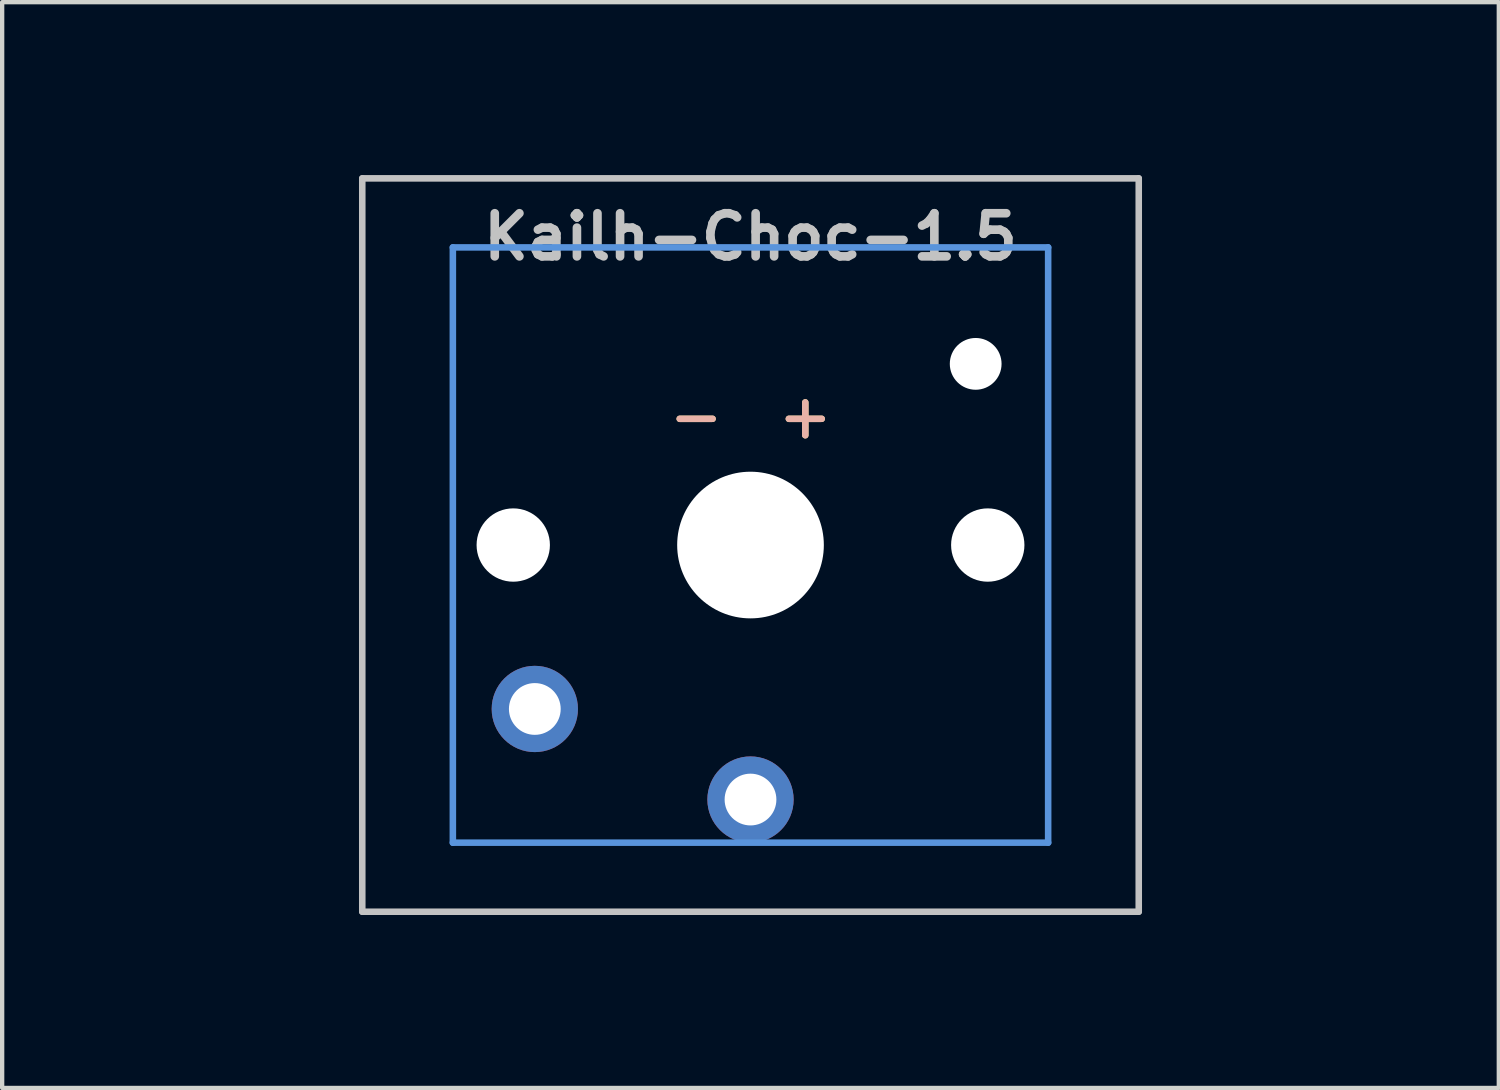
<source format=kicad_pcb>
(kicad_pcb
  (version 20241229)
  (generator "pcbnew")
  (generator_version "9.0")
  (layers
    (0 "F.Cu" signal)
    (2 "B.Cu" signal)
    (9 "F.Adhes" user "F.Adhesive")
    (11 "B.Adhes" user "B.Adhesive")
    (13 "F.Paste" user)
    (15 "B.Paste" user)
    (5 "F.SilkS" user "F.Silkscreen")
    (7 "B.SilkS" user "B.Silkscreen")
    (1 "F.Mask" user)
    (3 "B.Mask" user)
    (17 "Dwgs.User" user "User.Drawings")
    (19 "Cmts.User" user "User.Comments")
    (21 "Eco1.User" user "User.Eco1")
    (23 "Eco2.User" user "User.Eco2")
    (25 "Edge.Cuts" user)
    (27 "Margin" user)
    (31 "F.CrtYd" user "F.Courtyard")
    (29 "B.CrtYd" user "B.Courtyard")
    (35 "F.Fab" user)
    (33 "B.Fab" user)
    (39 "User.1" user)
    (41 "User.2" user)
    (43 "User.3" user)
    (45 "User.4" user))
  (footprint "Kailh-Choc-1.5"
    (layer "F.Cu")
    (at 14.348 9.585)
    (property "Reference" "Kailh-Choc-1.5" (at 0 -7.144 180) (layer "Dwgs.User") (effects (font (size 1 1) (thickness 0.2))))
    (attr through_hole)
    (fp_line (start -9 -8.5) (end 9 -8.5) (stroke (width 0.152) (type solid)) (layer "Dwgs.User"))
    (fp_line (start -9 8.5) (end -9 -8.5) (stroke (width 0.152) (type solid)) (layer "Dwgs.User"))
    (fp_line (start 9 -8.5) (end 9 8.5) (stroke (width 0.152) (type solid)) (layer "Dwgs.User"))
    (fp_line (start 9 8.5) (end -9 8.5) (stroke (width 0.152) (type solid)) (layer "Dwgs.User"))
    (fp_line (start -6.9 -6.9) (end 6.9 -6.9) (stroke (width 0.152) (type solid)) (layer "Cmts.User"))
    (fp_line (start -6.9 6.9) (end -6.9 -6.9) (stroke (width 0.152) (type solid)) (layer "Cmts.User"))
    (fp_line (start 6.9 -6.9) (end 6.9 6.9) (stroke (width 0.152) (type solid)) (layer "Cmts.User"))
    (fp_line (start 6.9 6.9) (end -6.9 6.9) (stroke (width 0.152) (type solid)) (layer "Cmts.User"))
    (fp_line (start -14.287 -9.525) (end -14.287 9.525) (stroke (width 0.12) (type solid)) (layer "Eco1.User"))
    (fp_line (start -14.287 -9.525) (end 14.287 -9.525) (stroke (width 0.12) (type solid)) (layer "Eco1.User"))
    (fp_line (start -14.287 9.525) (end 14.287 9.525) (stroke (width 0.12) (type solid)) (layer "Eco1.User"))
    (fp_line (start 14.287 -9.525) (end 14.287 9.525) (stroke (width 0.12) (type solid)) (layer "Eco1.User"))
    (fp_line (start -7.5 -7.5) (end 7.5 -7.5) (stroke (width 0.152) (type solid)) (layer "Eco2.User"))
    (fp_line (start -7.5 7.5) (end -7.5 -7.5) (stroke (width 0.152) (type solid)) (layer "Eco2.User"))
    (fp_line (start 7.5 -7.5) (end 7.5 7.5) (stroke (width 0.152) (type solid)) (layer "Eco2.User"))
    (fp_line (start 7.5 7.5) (end -7.5 7.5) (stroke (width 0.152) (type solid)) (layer "Eco2.User"))
    (fp_text user "+" (at 1.27 -3 180) (layer "F.SilkS") (effects (font (size 1 1) (thickness 0.15))))
    (fp_text user "-" (at -1.26 -3 180) (layer "F.SilkS") (effects (font (size 1 1) (thickness 0.15))))
    (fp_text user "-" (at -1.26 -3 180) (layer "B.SilkS") (effects (font (size 1 1) (thickness 0.15)) (justify mirror)))
    (fp_text user "+" (at 1.27 -3 180) (layer "B.SilkS") (effects (font (size 1 1) (thickness 0.15)) (justify mirror)))
    (pad "" np_thru_hole circle (at -5.5 0 180) (size 1.7 1.7) (drill 1.7) (layers "*.Cu" "*.Mask"))
    (pad "" np_thru_hole circle (at 0 0 180) (size 3.4 3.4) (drill 3.4) (layers "*.Cu" "*.Mask"))
    (pad "" np_thru_hole circle (at 5.22 -4.2 180) (size 1.2 1.2) (drill 1.2) (layers "*.Cu" "*.Mask"))
    (pad "" np_thru_hole circle (at 5.5 0 180) (size 1.7 1.7) (drill 1.7) (layers "*.Cu" "*.Mask"))
    (pad "1" thru_hole circle (at 0 5.9 180) (size 2 2) (drill 1.2) (layers "*.Cu" "*.Mask"))
    (pad "2" thru_hole circle (at -5 3.8 41.9) (size 2 2) (drill 1.2) (layers "*.Cu" "*.Mask")))
  (gr_rect
    (start -3 -3)
    (end 31.695 22.17)
    (stroke (width 0.1) (type default))
    (fill no)
    (layer "Edge.Cuts")))
</source>
